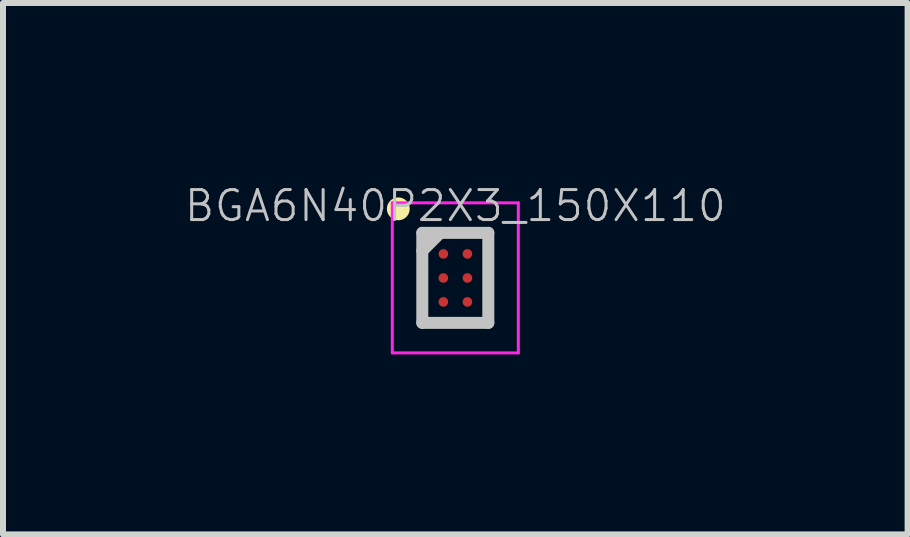
<source format=kicad_pcb>
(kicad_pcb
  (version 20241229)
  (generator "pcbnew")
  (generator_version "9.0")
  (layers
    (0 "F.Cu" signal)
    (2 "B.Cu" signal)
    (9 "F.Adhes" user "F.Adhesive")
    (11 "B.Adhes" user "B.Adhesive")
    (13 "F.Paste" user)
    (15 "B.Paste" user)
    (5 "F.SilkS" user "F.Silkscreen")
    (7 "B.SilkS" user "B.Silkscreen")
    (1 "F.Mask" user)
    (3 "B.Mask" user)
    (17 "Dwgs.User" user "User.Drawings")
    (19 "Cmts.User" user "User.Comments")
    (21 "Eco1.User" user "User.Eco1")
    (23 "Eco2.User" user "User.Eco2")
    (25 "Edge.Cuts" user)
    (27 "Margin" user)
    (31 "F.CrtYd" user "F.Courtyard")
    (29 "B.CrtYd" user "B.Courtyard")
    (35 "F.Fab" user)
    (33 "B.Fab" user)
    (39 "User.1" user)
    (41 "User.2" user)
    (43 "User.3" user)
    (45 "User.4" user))
  (footprint "BGA6N40P2X3_150X110"
    (layer "F.Cu")
    (at 4.537 1.58)
    (property "Reference" "BGA6N40P2X3_150X110" (at 0 -1.2 0) (layer "Dwgs.User") (effects (font (size 0.5 0.5) (thickness 0.05))))
    (attr smd)
    (fp_line (start -0.95 -1.15) (end -0.95 -1.15) (stroke (width 0.381) (type solid)) (layer "F.SilkS"))
    (fp_line (start -0.55 -0.75) (end -0.55 0.75) (stroke (width 0.2) (type solid)) (layer "Dwgs.User"))
    (fp_line (start -0.55 -0.75) (end 0.55 -0.75) (stroke (width 0.2) (type solid)) (layer "Dwgs.User"))
    (fp_line (start -0.55 -0.45) (end -0.25 -0.75) (stroke (width 0.2) (type solid)) (layer "Dwgs.User"))
    (fp_line (start -0.55 0.75) (end 0.55 0.75) (stroke (width 0.2) (type solid)) (layer "Dwgs.User"))
    (fp_line (start 0.55 -0.75) (end 0.55 0.75) (stroke (width 0.2) (type solid)) (layer "Dwgs.User"))
    (fp_line (start -1.05 -1.25) (end -1.05 1.25) (stroke (width 0.05) (type solid)) (layer "F.CrtYd"))
    (fp_line (start -1.05 -1.25) (end 1.05 -1.25) (stroke (width 0.05) (type solid)) (layer "F.CrtYd"))
    (fp_line (start -1.05 1.25) (end 1.05 1.25) (stroke (width 0.05) (type solid)) (layer "F.CrtYd"))
    (fp_line (start 1.05 -1.25) (end 1.05 1.25) (stroke (width 0.05) (type solid)) (layer "F.CrtYd"))
    (pad "A1" smd circle (at -0.199 -0.399) (size 0.16 0.16) (layers "F.Cu" "F.Mask" "F.Paste"))
    (pad "A2" smd circle (at 0.202 -0.399) (size 0.16 0.16) (layers "F.Cu" "F.Mask" "F.Paste"))
    (pad "B1" smd circle (at -0.199 0.002) (size 0.16 0.16) (layers "F.Cu" "F.Mask" "F.Paste"))
    (pad "B2" smd circle (at 0.202 0.002) (size 0.16 0.16) (layers "F.Cu" "F.Mask" "F.Paste"))
    (pad "C1" smd circle (at -0.199 0.401) (size 0.16 0.16) (layers "F.Cu" "F.Mask" "F.Paste"))
    (pad "C2" smd circle (at 0.202 0.401) (size 0.16 0.16) (layers "F.Cu" "F.Mask" "F.Paste")))
  (gr_rect
    (start -3 -3)
    (end 12.074 5.855)
    (stroke (width 0.1) (type default))
    (fill no)
    (layer "Edge.Cuts")))
</source>
